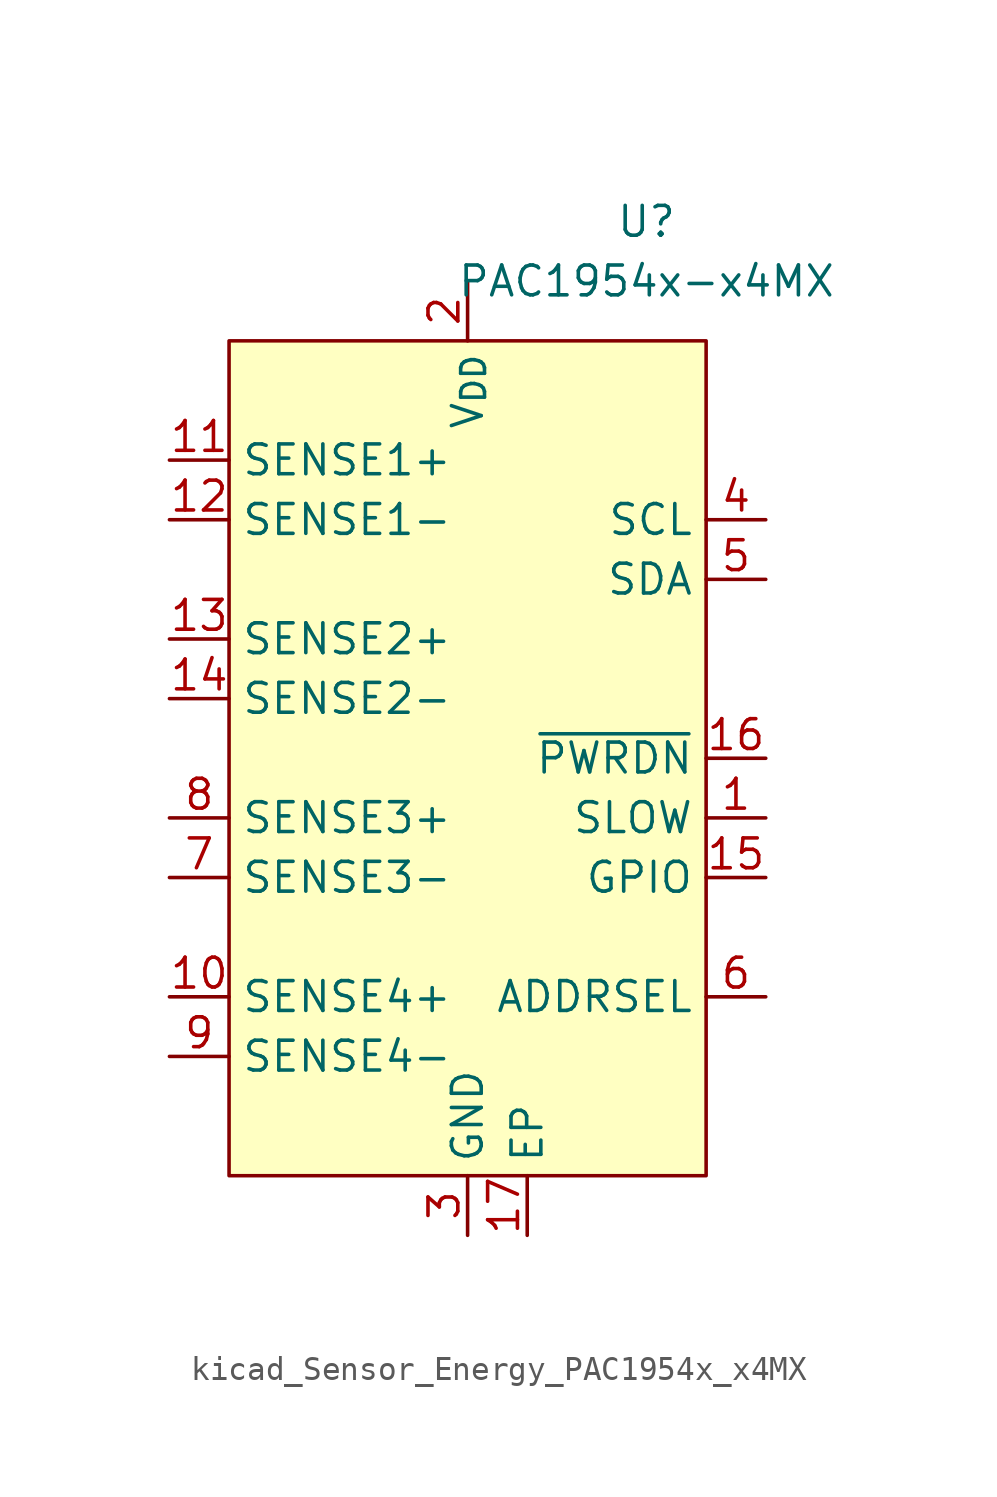
<source format=kicad_sym>
(kicad_symbol_lib
  (version 20220914)
  (generator kicad_symbol_editor)
  (symbol "kicad_Sensor_Energy_PAC1954x_x4MX"
    (property "Reference" "U"
      (at 7.62 22.86 0)
      (effects (font (size 1.27 1.27))))
    (property "Value" "PAC1954x-x4MX"
      (at 7.62 20.32 0)
      (effects (font (size 1.27 1.27))))
    (symbol "kicad_Sensor_Energy_PAC1954x_x4MX_0_0"
      (pin input line (at 12.7 -2.54 180) (length 2.54) (name "SLOW" (effects (font (size 1.27 1.27)))) (number "1" (effects (font (size 1.27 1.27)))) (alternate "GPIO" bidirectional line) (alternate "~{ALERT1}" open_collector line))
      (pin input line (at -12.7 -10.16 0) (length 2.54) (name "SENSE4+" (effects (font (size 1.27 1.27)))) (number "10" (effects (font (size 1.27 1.27)))))
      (pin input line (at -12.7 12.7 0) (length 2.54) (name "SENSE1+" (effects (font (size 1.27 1.27)))) (number "11" (effects (font (size 1.27 1.27)))))
      (pin input line (at -12.7 10.16 0) (length 2.54) (name "SENSE1-" (effects (font (size 1.27 1.27)))) (number "12" (effects (font (size 1.27 1.27)))))
      (pin input line (at -12.7 5.08 0) (length 2.54) (name "SENSE2+" (effects (font (size 1.27 1.27)))) (number "13" (effects (font (size 1.27 1.27)))))
      (pin input line (at -12.7 2.54 0) (length 2.54) (name "SENSE2-" (effects (font (size 1.27 1.27)))) (number "14" (effects (font (size 1.27 1.27)))))
      (pin bidirectional line (at 12.7 -5.08 180) (length 2.54) (name "GPIO" (effects (font (size 1.27 1.27)))) (number "15" (effects (font (size 1.27 1.27)))) (alternate "~{ALERT2}" open_collector line))
      (pin input line (at 12.7 0 180) (length 2.54) (name "~{PWRDN}" (effects (font (size 1.27 1.27)))) (number "16" (effects (font (size 1.27 1.27)))))
      (pin passive line (at 2.54 -20.32 90) (length 2.54) (name "EP" (effects (font (size 1.27 1.27)))) (number "17" (effects (font (size 1.27 1.27)))))
      (pin power_in line (at 0 20.32 270) (length 2.54) (name "V_{DD}" (effects (font (size 1.27 1.27)))) (number "2" (effects (font (size 1.27 1.27)))))
      (pin power_in line (at 0 -20.32 90) (length 2.54) (name "GND" (effects (font (size 1.27 1.27)))) (number "3" (effects (font (size 1.27 1.27)))))
      (pin input line (at 12.7 10.16 180) (length 2.54) (name "SCL" (effects (font (size 1.27 1.27)))) (number "4" (effects (font (size 1.27 1.27)))) (alternate "SM_CLK" input line))
      (pin bidirectional line (at 12.7 7.62 180) (length 2.54) (name "SDA" (effects (font (size 1.27 1.27)))) (number "5" (effects (font (size 1.27 1.27)))) (alternate "SM_DATA" bidirectional line))
      (pin passive line (at 12.7 -10.16 180) (length 2.54) (name "ADDRSEL" (effects (font (size 1.27 1.27)))) (number "6" (effects (font (size 1.27 1.27)))))
      (pin input line (at -12.7 -5.08 0) (length 2.54) (name "SENSE3-" (effects (font (size 1.27 1.27)))) (number "7" (effects (font (size 1.27 1.27)))))
      (pin input line (at -12.7 -2.54 0) (length 2.54) (name "SENSE3+" (effects (font (size 1.27 1.27)))) (number "8" (effects (font (size 1.27 1.27)))))
      (pin input line (at -12.7 -12.7 0) (length 2.54) (name "SENSE4-" (effects (font (size 1.27 1.27)))) (number "9" (effects (font (size 1.27 1.27))))))
    (symbol "kicad_Sensor_Energy_PAC1954x_x4MX_0_1"
      (rectangle (start -10.16 17.78) (end 10.16 -17.78) (stroke (width 0) (type default)) (fill (type background))))))
</source>
